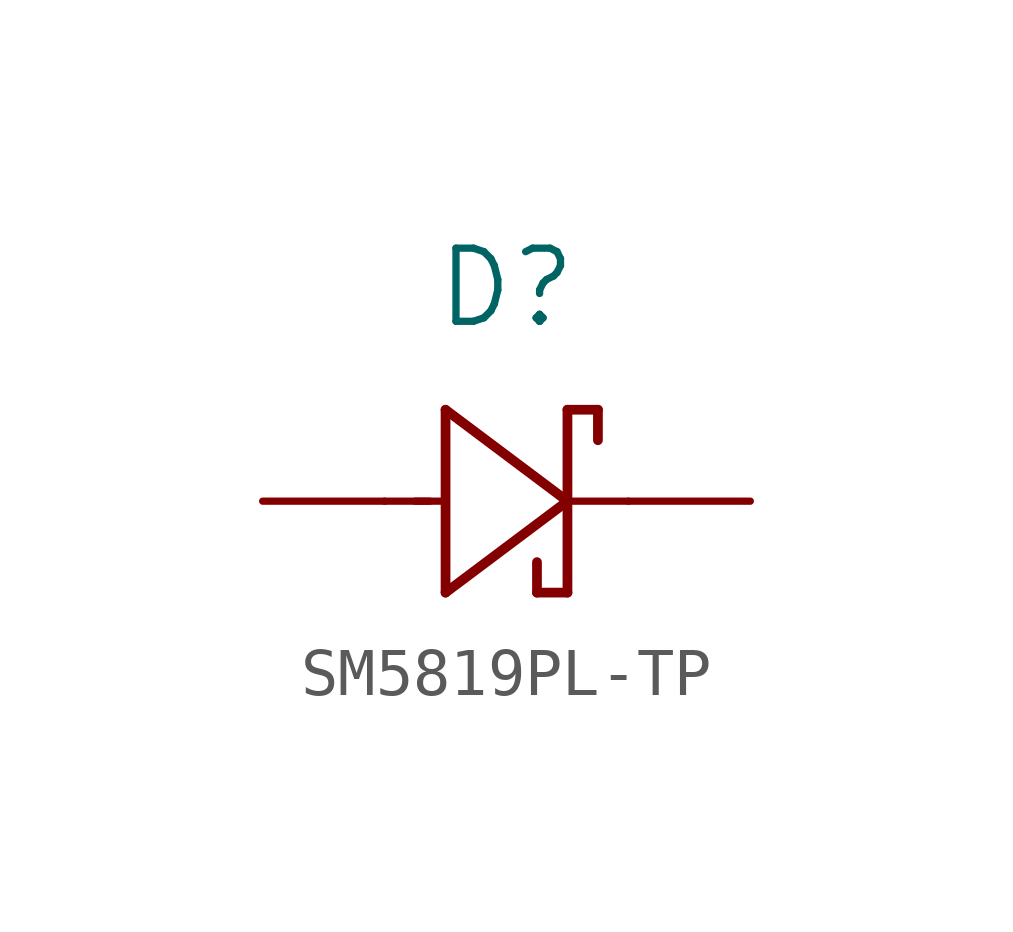
<source format=kicad_sym>
(kicad_symbol_lib
  (version 20220914)
  (generator kicad_symbol_editor)
  (symbol "SM5819PL-TP"
    (pin_numbers hide)
    (pin_names hide)
    (property "Reference" "D"
      (at 5.08 4.445 0)
      (effects (font (size 1.524 1.524))))
    (symbol "SM5819PL-TP_1_1"
      (polyline (pts (xy 2.54 0) (xy 3.48 0)) (stroke (width 0.152) (type default)) (fill (type none)))
      (polyline (pts (xy 3.175 0) (xy 3.81 0)) (stroke (width 0.152) (type default)) (fill (type none)))
      (polyline (pts (xy 3.81 -1.905) (xy 6.35 0)) (stroke (width 0.203) (type default)) (fill (type none)))
      (polyline (pts (xy 3.81 1.905) (xy 3.81 -1.905)) (stroke (width 0.203) (type default)) (fill (type none)))
      (polyline (pts (xy 5.715 -1.905) (xy 5.715 -1.27)) (stroke (width 0.203) (type default)) (fill (type none)))
      (polyline (pts (xy 6.35 -1.905) (xy 5.715 -1.905)) (stroke (width 0.203) (type default)) (fill (type none)))
      (polyline (pts (xy 6.35 -1.905) (xy 6.35 1.905)) (stroke (width 0.203) (type default)) (fill (type none)))
      (polyline (pts (xy 6.35 0) (xy 3.81 1.905)) (stroke (width 0.203) (type default)) (fill (type none)))
      (polyline (pts (xy 6.35 0) (xy 7.62 0)) (stroke (width 0.152) (type default)) (fill (type none)))
      (polyline (pts (xy 6.35 1.905) (xy 6.985 1.905)) (stroke (width 0.203) (type default)) (fill (type none)))
      (polyline (pts (xy 6.985 1.905) (xy 6.985 1.27)) (stroke (width 0.203) (type default)) (fill (type none)))
      (pin passive line (at 10.16 0 180) (length 2.54) (name "~" (effects (font (size 1.499 1.499)))) (number "1" (effects (font (size 1.499 1.499)))))
      (pin passive line (at 0 0 0) (length 2.54) (name "~" (effects (font (size 1.499 1.499)))) (number "2" (effects (font (size 1.499 1.499))))))))
</source>
